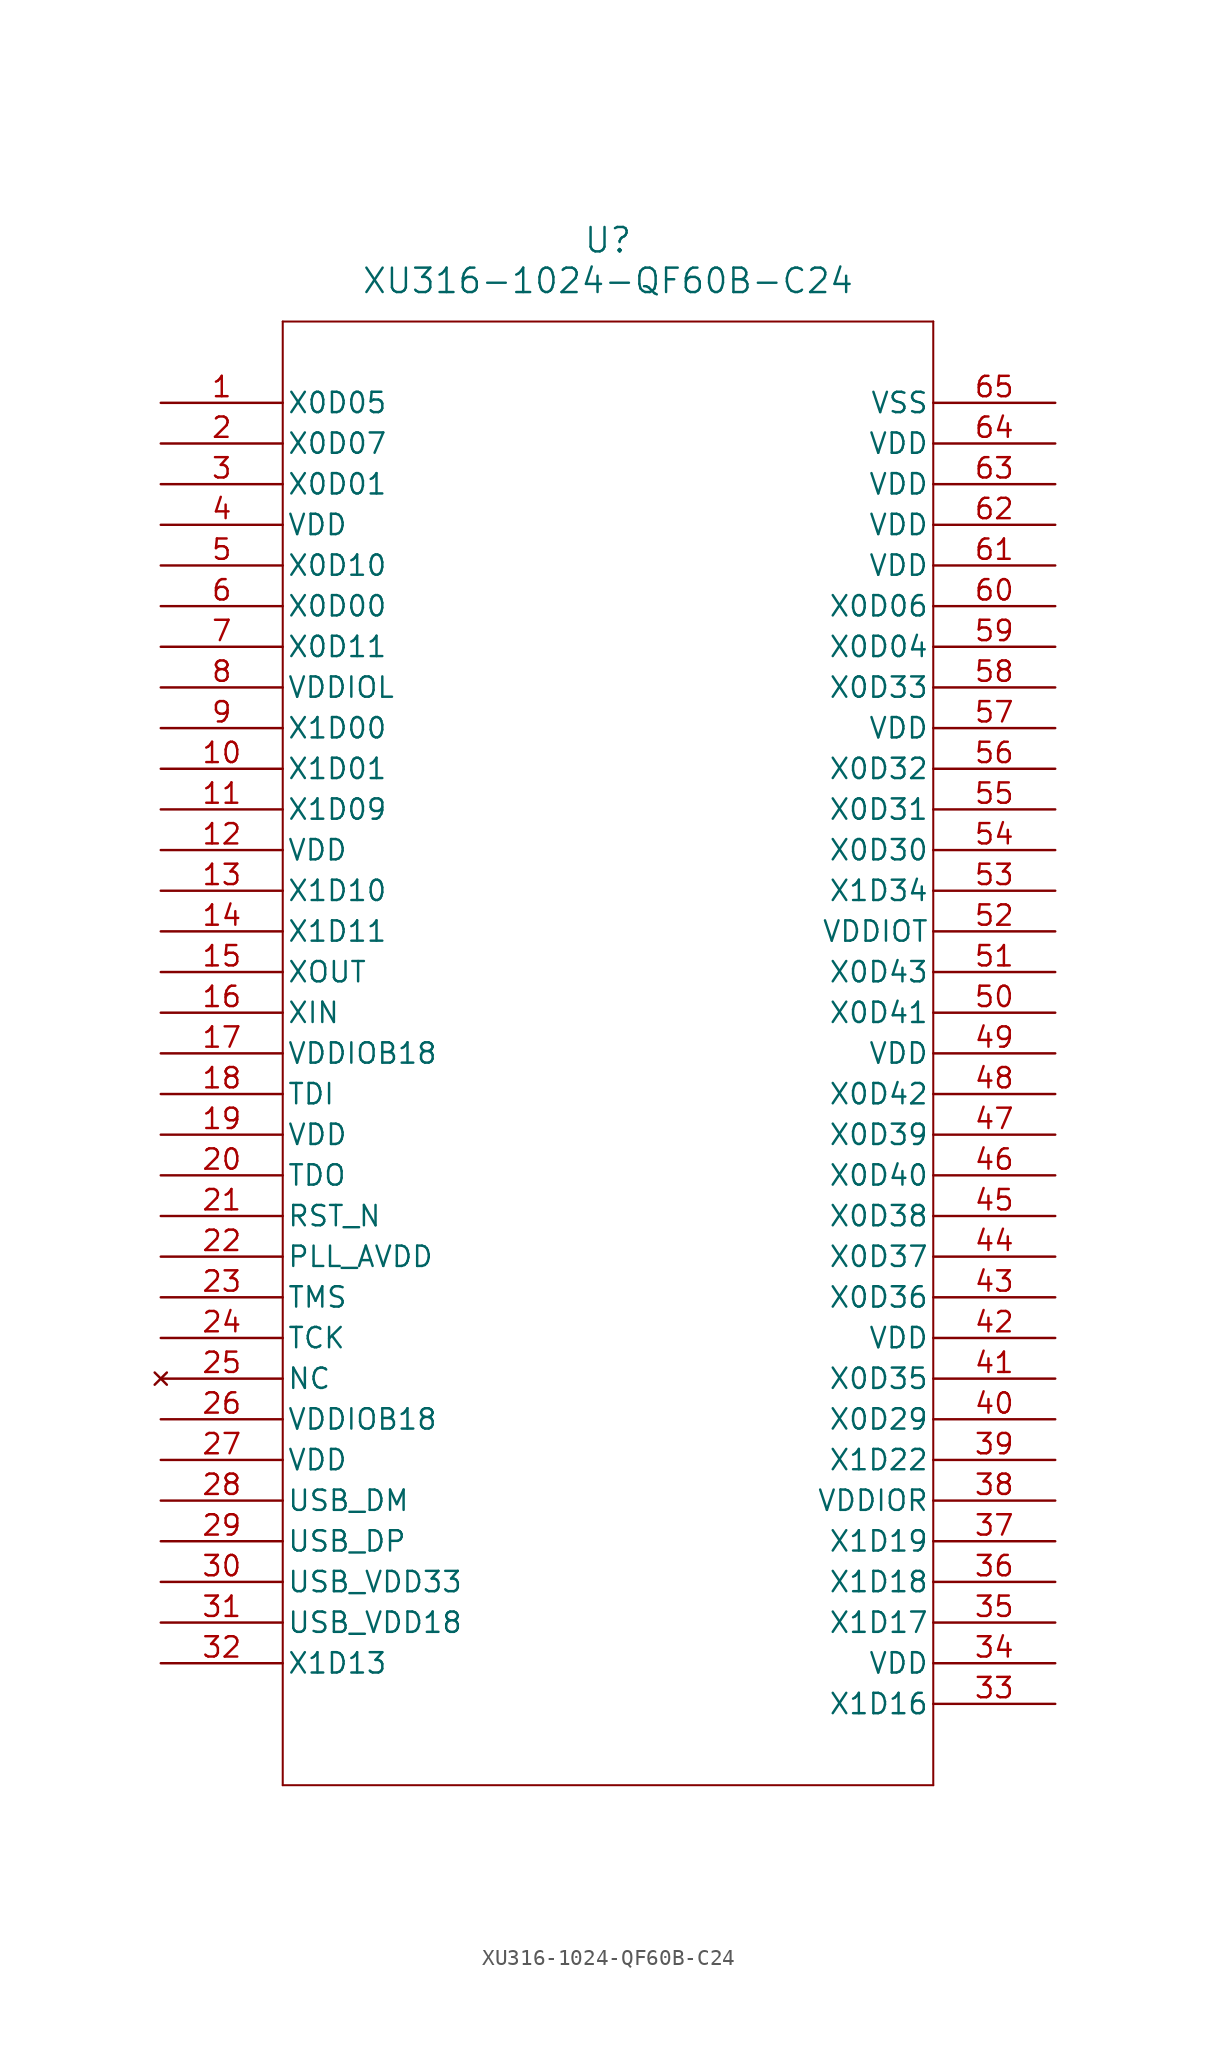
<source format=kicad_sym>
(kicad_symbol_lib
  (version 20211014)
  (generator kicad_symbol_editor)
  (symbol "XU316-1024-QF60B-C24"
    (pin_names
      (offset 0.254))
    (property "Reference" "U"
      (at 27.94 10.16 0)
      (effects (font (size 1.524 1.524))))
    (property "Value" "XU316-1024-QF60B-C24"
      (at 27.94 7.62 0)
      (effects (font (size 1.524 1.524))))
    (symbol "XU316-1024-QF60B-C24_0_1"
      (polyline (pts (xy 7.62 5.08) (xy 7.62 -86.36)) (stroke (width 0.127) (type default) (color 0 0 0 0)) (fill (type none)))
      (polyline (pts (xy 7.62 -86.36) (xy 48.26 -86.36)) (stroke (width 0.127) (type default) (color 0 0 0 0)) (fill (type none)))
      (polyline (pts (xy 48.26 -86.36) (xy 48.26 5.08)) (stroke (width 0.127) (type default) (color 0 0 0 0)) (fill (type none)))
      (polyline (pts (xy 48.26 5.08) (xy 7.62 5.08)) (stroke (width 0.127) (type default) (color 0 0 0 0)) (fill (type none)))
      (pin bidirectional line (at 0 0 0) (length 7.62) (name "X0D05" (effects (font (size 1.27 1.27)))) (number "1" (effects (font (size 1.27 1.27)))))
      (pin bidirectional line (at 0 -2.54 0) (length 7.62) (name "X0D07" (effects (font (size 1.27 1.27)))) (number "2" (effects (font (size 1.27 1.27)))))
      (pin bidirectional line (at 0 -5.08 0) (length 7.62) (name "X0D01" (effects (font (size 1.27 1.27)))) (number "3" (effects (font (size 1.27 1.27)))))
      (pin power_in line (at 0 -7.62 0) (length 7.62) (name "VDD" (effects (font (size 1.27 1.27)))) (number "4" (effects (font (size 1.27 1.27)))))
      (pin bidirectional line (at 0 -10.16 0) (length 7.62) (name "X0D10" (effects (font (size 1.27 1.27)))) (number "5" (effects (font (size 1.27 1.27)))))
      (pin bidirectional line (at 0 -12.7 0) (length 7.62) (name "X0D00" (effects (font (size 1.27 1.27)))) (number "6" (effects (font (size 1.27 1.27)))))
      (pin bidirectional line (at 0 -15.24 0) (length 7.62) (name "X0D11" (effects (font (size 1.27 1.27)))) (number "7" (effects (font (size 1.27 1.27)))))
      (pin power_in line (at 0 -17.78 0) (length 7.62) (name "VDDIOL" (effects (font (size 1.27 1.27)))) (number "8" (effects (font (size 1.27 1.27)))))
      (pin bidirectional line (at 0 -20.32 0) (length 7.62) (name "X1D00" (effects (font (size 1.27 1.27)))) (number "9" (effects (font (size 1.27 1.27)))))
      (pin bidirectional line (at 0 -22.86 0) (length 7.62) (name "X1D01" (effects (font (size 1.27 1.27)))) (number "10" (effects (font (size 1.27 1.27)))))
      (pin bidirectional line (at 0 -25.4 0) (length 7.62) (name "X1D09" (effects (font (size 1.27 1.27)))) (number "11" (effects (font (size 1.27 1.27)))))
      (pin power_in line (at 0 -27.94 0) (length 7.62) (name "VDD" (effects (font (size 1.27 1.27)))) (number "12" (effects (font (size 1.27 1.27)))))
      (pin bidirectional line (at 0 -30.48 0) (length 7.62) (name "X1D10" (effects (font (size 1.27 1.27)))) (number "13" (effects (font (size 1.27 1.27)))))
      (pin bidirectional line (at 0 -33.02 0) (length 7.62) (name "X1D11" (effects (font (size 1.27 1.27)))) (number "14" (effects (font (size 1.27 1.27)))))
      (pin output line (at 0 -35.56 0) (length 7.62) (name "XOUT" (effects (font (size 1.27 1.27)))) (number "15" (effects (font (size 1.27 1.27)))))
      (pin unspecified line (at 0 -38.1 0) (length 7.62) (name "XIN" (effects (font (size 1.27 1.27)))) (number "16" (effects (font (size 1.27 1.27)))))
      (pin power_in line (at 0 -40.64 0) (length 7.62) (name "VDDIOB18" (effects (font (size 1.27 1.27)))) (number "17" (effects (font (size 1.27 1.27)))))
      (pin unspecified line (at 0 -43.18 0) (length 7.62) (name "TDI" (effects (font (size 1.27 1.27)))) (number "18" (effects (font (size 1.27 1.27)))))
      (pin power_in line (at 0 -45.72 0) (length 7.62) (name "VDD" (effects (font (size 1.27 1.27)))) (number "19" (effects (font (size 1.27 1.27)))))
      (pin unspecified line (at 0 -48.26 0) (length 7.62) (name "TDO" (effects (font (size 1.27 1.27)))) (number "20" (effects (font (size 1.27 1.27)))))
      (pin unspecified line (at 0 -50.8 0) (length 7.62) (name "RST_N" (effects (font (size 1.27 1.27)))) (number "21" (effects (font (size 1.27 1.27)))))
      (pin power_in line (at 0 -53.34 0) (length 7.62) (name "PLL_AVDD" (effects (font (size 1.27 1.27)))) (number "22" (effects (font (size 1.27 1.27)))))
      (pin unspecified line (at 0 -55.88 0) (length 7.62) (name "TMS" (effects (font (size 1.27 1.27)))) (number "23" (effects (font (size 1.27 1.27)))))
      (pin unspecified line (at 0 -58.42 0) (length 7.62) (name "TCK" (effects (font (size 1.27 1.27)))) (number "24" (effects (font (size 1.27 1.27)))))
      (pin no_connect line (at 0 -60.96 0) (length 7.62) (name "NC" (effects (font (size 1.27 1.27)))) (number "25" (effects (font (size 1.27 1.27)))))
      (pin power_in line (at 0 -63.5 0) (length 7.62) (name "VDDIOB18" (effects (font (size 1.27 1.27)))) (number "26" (effects (font (size 1.27 1.27)))))
      (pin power_in line (at 0 -66.04 0) (length 7.62) (name "VDD" (effects (font (size 1.27 1.27)))) (number "27" (effects (font (size 1.27 1.27)))))
      (pin unspecified line (at 0 -68.58 0) (length 7.62) (name "USB_DM" (effects (font (size 1.27 1.27)))) (number "28" (effects (font (size 1.27 1.27)))))
      (pin unspecified line (at 0 -71.12 0) (length 7.62) (name "USB_DP" (effects (font (size 1.27 1.27)))) (number "29" (effects (font (size 1.27 1.27)))))
      (pin power_in line (at 0 -73.66 0) (length 7.62) (name "USB_VDD33" (effects (font (size 1.27 1.27)))) (number "30" (effects (font (size 1.27 1.27)))))
      (pin power_in line (at 0 -76.2 0) (length 7.62) (name "USB_VDD18" (effects (font (size 1.27 1.27)))) (number "31" (effects (font (size 1.27 1.27)))))
      (pin bidirectional line (at 0 -78.74 0) (length 7.62) (name "X1D13" (effects (font (size 1.27 1.27)))) (number "32" (effects (font (size 1.27 1.27)))))
      (pin bidirectional line (at 55.88 -81.28 180) (length 7.62) (name "X1D16" (effects (font (size 1.27 1.27)))) (number "33" (effects (font (size 1.27 1.27)))))
      (pin power_in line (at 55.88 -78.74 180) (length 7.62) (name "VDD" (effects (font (size 1.27 1.27)))) (number "34" (effects (font (size 1.27 1.27)))))
      (pin bidirectional line (at 55.88 -76.2 180) (length 7.62) (name "X1D17" (effects (font (size 1.27 1.27)))) (number "35" (effects (font (size 1.27 1.27)))))
      (pin bidirectional line (at 55.88 -73.66 180) (length 7.62) (name "X1D18" (effects (font (size 1.27 1.27)))) (number "36" (effects (font (size 1.27 1.27)))))
      (pin bidirectional line (at 55.88 -71.12 180) (length 7.62) (name "X1D19" (effects (font (size 1.27 1.27)))) (number "37" (effects (font (size 1.27 1.27)))))
      (pin power_in line (at 55.88 -68.58 180) (length 7.62) (name "VDDIOR" (effects (font (size 1.27 1.27)))) (number "38" (effects (font (size 1.27 1.27)))))
      (pin bidirectional line (at 55.88 -66.04 180) (length 7.62) (name "X1D22" (effects (font (size 1.27 1.27)))) (number "39" (effects (font (size 1.27 1.27)))))
      (pin bidirectional line (at 55.88 -63.5 180) (length 7.62) (name "X0D29" (effects (font (size 1.27 1.27)))) (number "40" (effects (font (size 1.27 1.27)))))
      (pin bidirectional line (at 55.88 -60.96 180) (length 7.62) (name "X0D35" (effects (font (size 1.27 1.27)))) (number "41" (effects (font (size 1.27 1.27)))))
      (pin power_in line (at 55.88 -58.42 180) (length 7.62) (name "VDD" (effects (font (size 1.27 1.27)))) (number "42" (effects (font (size 1.27 1.27)))))
      (pin bidirectional line (at 55.88 -55.88 180) (length 7.62) (name "X0D36" (effects (font (size 1.27 1.27)))) (number "43" (effects (font (size 1.27 1.27)))))
      (pin bidirectional line (at 55.88 -53.34 180) (length 7.62) (name "X0D37" (effects (font (size 1.27 1.27)))) (number "44" (effects (font (size 1.27 1.27)))))
      (pin bidirectional line (at 55.88 -50.8 180) (length 7.62) (name "X0D38" (effects (font (size 1.27 1.27)))) (number "45" (effects (font (size 1.27 1.27)))))
      (pin bidirectional line (at 55.88 -48.26 180) (length 7.62) (name "X0D40" (effects (font (size 1.27 1.27)))) (number "46" (effects (font (size 1.27 1.27)))))
      (pin bidirectional line (at 55.88 -45.72 180) (length 7.62) (name "X0D39" (effects (font (size 1.27 1.27)))) (number "47" (effects (font (size 1.27 1.27)))))
      (pin bidirectional line (at 55.88 -43.18 180) (length 7.62) (name "X0D42" (effects (font (size 1.27 1.27)))) (number "48" (effects (font (size 1.27 1.27)))))
      (pin power_in line (at 55.88 -40.64 180) (length 7.62) (name "VDD" (effects (font (size 1.27 1.27)))) (number "49" (effects (font (size 1.27 1.27)))))
      (pin bidirectional line (at 55.88 -38.1 180) (length 7.62) (name "X0D41" (effects (font (size 1.27 1.27)))) (number "50" (effects (font (size 1.27 1.27)))))
      (pin bidirectional line (at 55.88 -35.56 180) (length 7.62) (name "X0D43" (effects (font (size 1.27 1.27)))) (number "51" (effects (font (size 1.27 1.27)))))
      (pin power_in line (at 55.88 -33.02 180) (length 7.62) (name "VDDIOT" (effects (font (size 1.27 1.27)))) (number "52" (effects (font (size 1.27 1.27)))))
      (pin bidirectional line (at 55.88 -30.48 180) (length 7.62) (name "X1D34" (effects (font (size 1.27 1.27)))) (number "53" (effects (font (size 1.27 1.27)))))
      (pin bidirectional line (at 55.88 -27.94 180) (length 7.62) (name "X0D30" (effects (font (size 1.27 1.27)))) (number "54" (effects (font (size 1.27 1.27)))))
      (pin bidirectional line (at 55.88 -25.4 180) (length 7.62) (name "X0D31" (effects (font (size 1.27 1.27)))) (number "55" (effects (font (size 1.27 1.27)))))
      (pin bidirectional line (at 55.88 -22.86 180) (length 7.62) (name "X0D32" (effects (font (size 1.27 1.27)))) (number "56" (effects (font (size 1.27 1.27)))))
      (pin power_in line (at 55.88 -20.32 180) (length 7.62) (name "VDD" (effects (font (size 1.27 1.27)))) (number "57" (effects (font (size 1.27 1.27)))))
      (pin bidirectional line (at 55.88 -17.78 180) (length 7.62) (name "X0D33" (effects (font (size 1.27 1.27)))) (number "58" (effects (font (size 1.27 1.27)))))
      (pin bidirectional line (at 55.88 -15.24 180) (length 7.62) (name "X0D04" (effects (font (size 1.27 1.27)))) (number "59" (effects (font (size 1.27 1.27)))))
      (pin bidirectional line (at 55.88 -12.7 180) (length 7.62) (name "X0D06" (effects (font (size 1.27 1.27)))) (number "60" (effects (font (size 1.27 1.27)))))
      (pin power_in line (at 55.88 -10.16 180) (length 7.62) (name "VDD" (effects (font (size 1.27 1.27)))) (number "61" (effects (font (size 1.27 1.27)))))
      (pin power_in line (at 55.88 -7.62 180) (length 7.62) (name "VDD" (effects (font (size 1.27 1.27)))) (number "62" (effects (font (size 1.27 1.27)))))
      (pin power_in line (at 55.88 -5.08 180) (length 7.62) (name "VDD" (effects (font (size 1.27 1.27)))) (number "63" (effects (font (size 1.27 1.27)))))
      (pin power_in line (at 55.88 -2.54 180) (length 7.62) (name "VDD" (effects (font (size 1.27 1.27)))) (number "64" (effects (font (size 1.27 1.27)))))
      (pin power_out line (at 55.88 0 180) (length 7.62) (name "VSS" (effects (font (size 1.27 1.27)))) (number "65" (effects (font (size 1.27 1.27))))))))
</source>
